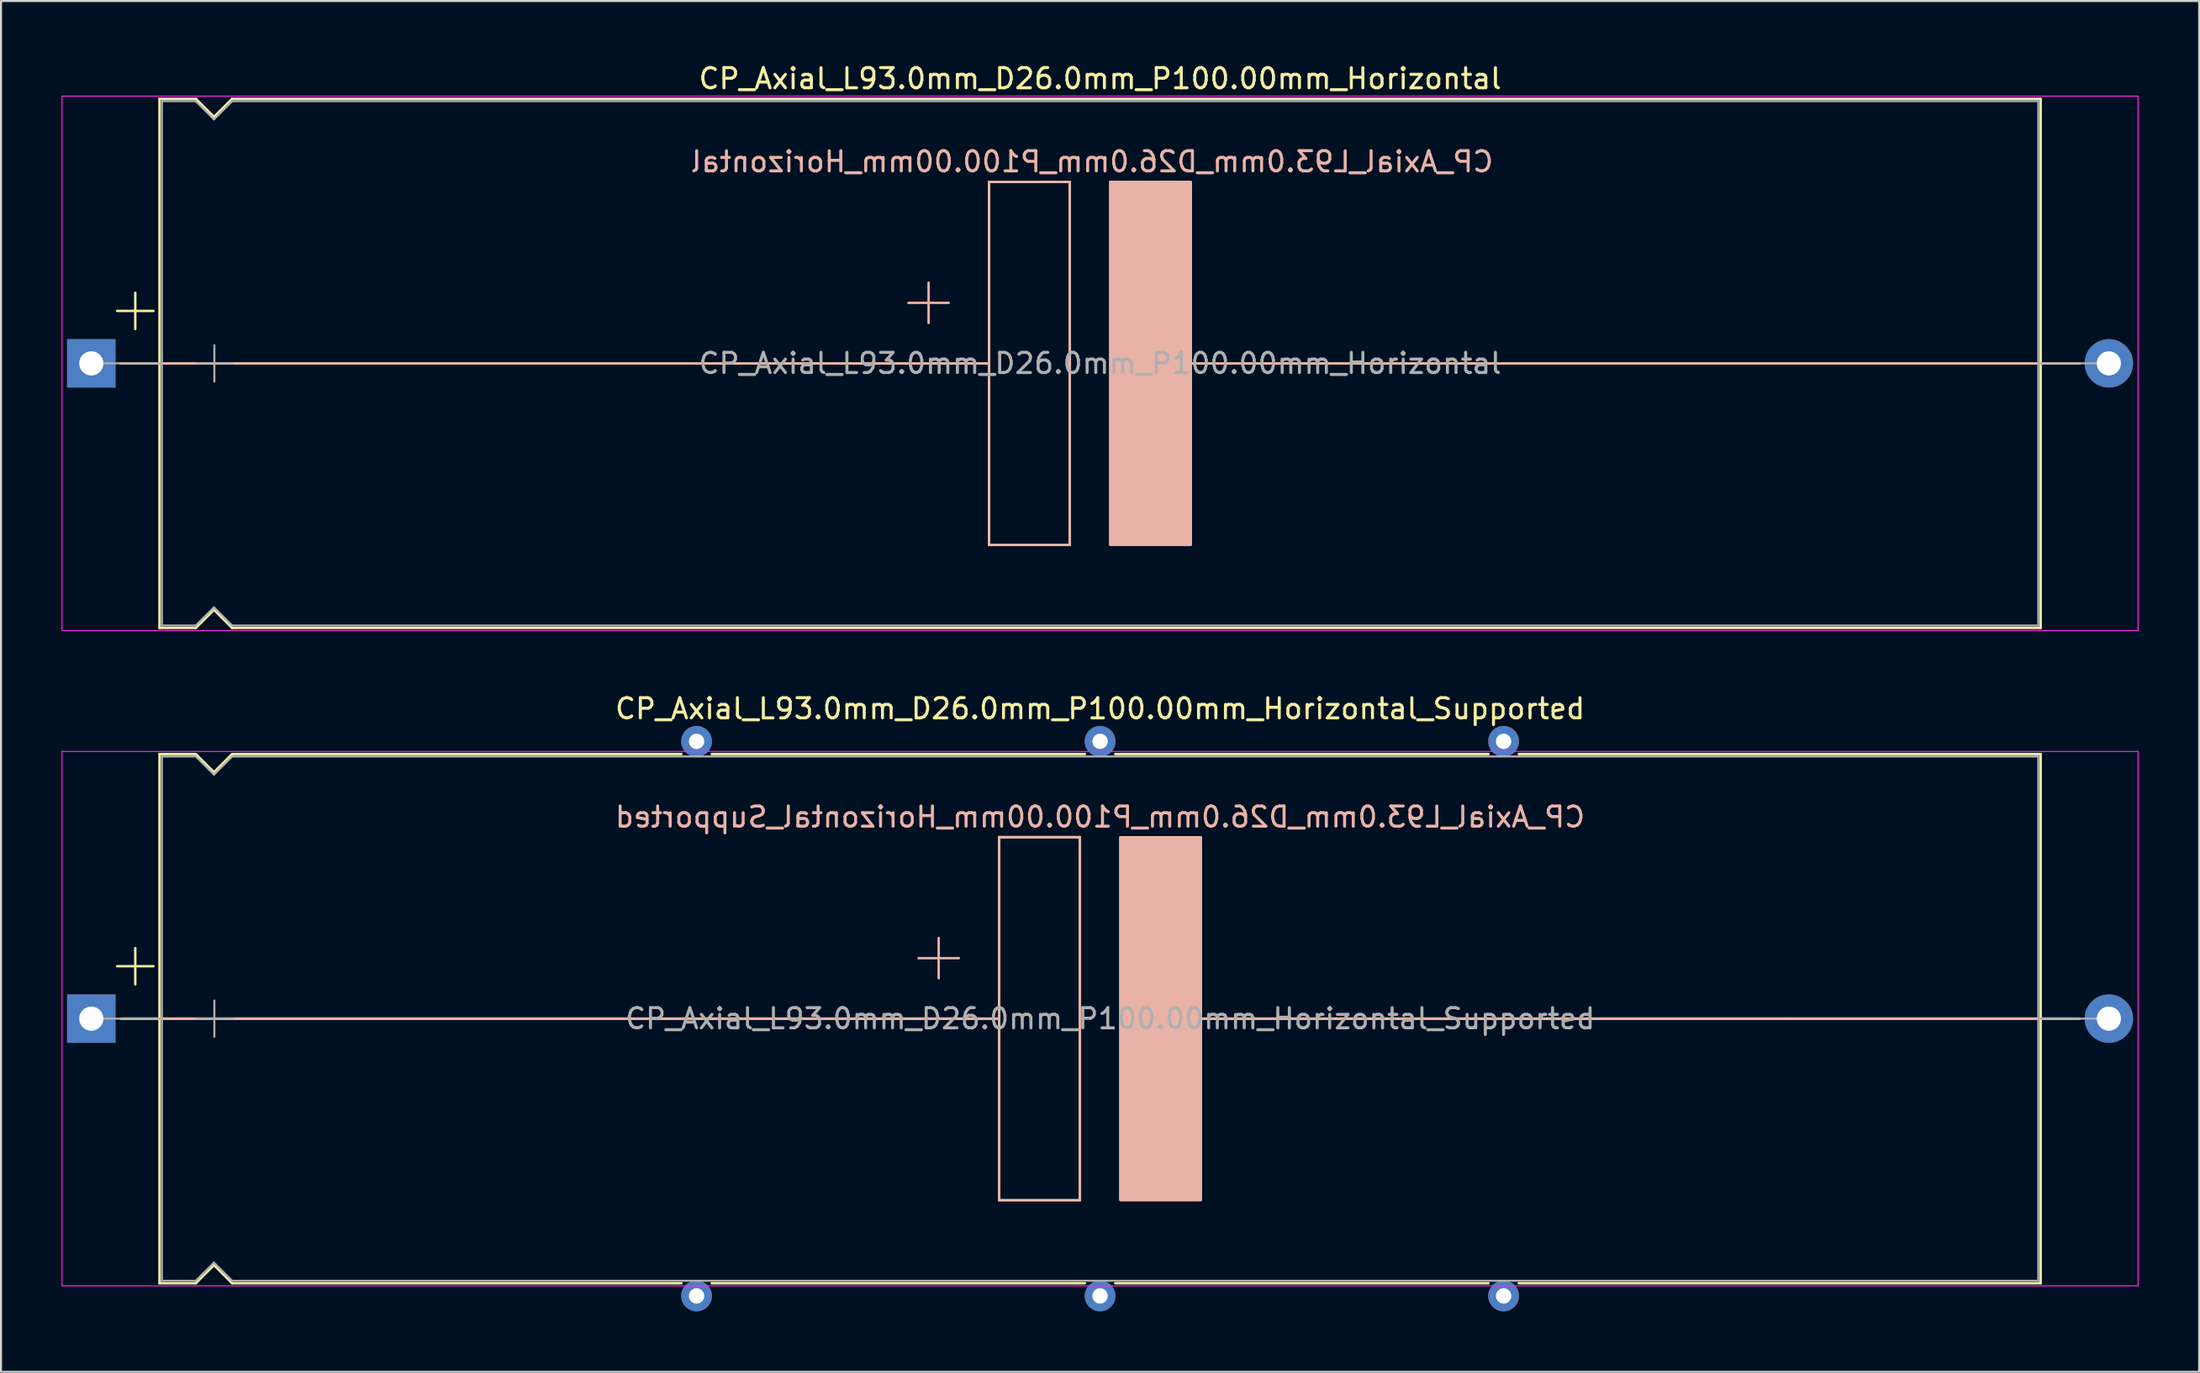
<source format=kicad_pcb>
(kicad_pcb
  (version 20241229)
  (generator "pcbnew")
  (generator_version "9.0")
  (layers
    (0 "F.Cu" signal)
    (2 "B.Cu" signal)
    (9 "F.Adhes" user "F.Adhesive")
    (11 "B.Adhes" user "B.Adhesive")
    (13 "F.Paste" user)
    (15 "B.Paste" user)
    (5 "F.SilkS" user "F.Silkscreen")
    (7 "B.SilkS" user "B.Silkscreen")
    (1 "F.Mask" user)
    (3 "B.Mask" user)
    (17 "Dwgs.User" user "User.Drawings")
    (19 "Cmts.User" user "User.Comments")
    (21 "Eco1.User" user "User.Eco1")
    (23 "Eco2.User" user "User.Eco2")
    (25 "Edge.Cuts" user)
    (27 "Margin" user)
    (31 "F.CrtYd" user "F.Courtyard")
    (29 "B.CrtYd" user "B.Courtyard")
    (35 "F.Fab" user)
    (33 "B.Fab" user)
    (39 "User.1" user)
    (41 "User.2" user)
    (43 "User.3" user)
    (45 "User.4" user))
  (footprint "CP_Axial_L93.0mm_D26.0mm_P100.00mm_Horizontal_Supported"
    (layer "F.Cu")
    (at 1.475 47.462)
    (property "Reference" "CP_Axial_L93.0mm_D26.0mm_P100.00mm_Horizontal_Supported" (at 50 -15.37 0) (layer "F.SilkS") (effects (font (size 1 1) (thickness 0.15))))
    (fp_line (start 1.28 -2.6) (end 3.08 -2.6) (stroke (width 0.12) (type solid)) (layer "F.SilkS"))
    (fp_line (start 1.44 0) (end 3.38 0) (stroke (width 0.12) (type solid)) (layer "F.SilkS"))
    (fp_line (start 2.18 -3.5) (end 2.18 -1.7) (stroke (width 0.12) (type solid)) (layer "F.SilkS"))
    (fp_line (start 3.38 -13.12) (end 3.38 13.12) (stroke (width 0.12) (type solid)) (layer "F.SilkS"))
    (fp_line (start 3.38 -13.12) (end 5.18 -13.12) (stroke (width 0.12) (type solid)) (layer "F.SilkS"))
    (fp_line (start 3.38 0) (end 45 0) (stroke (width 0.12) (type solid)) (layer "F.SilkS"))
    (fp_line (start 3.38 13.12) (end 5.18 13.12) (stroke (width 0.12) (type solid)) (layer "F.SilkS"))
    (fp_line (start 5.18 -13.12) (end 6.08 -12.22) (stroke (width 0.12) (type solid)) (layer "F.SilkS"))
    (fp_line (start 5.18 13.12) (end 6.08 12.22) (stroke (width 0.12) (type solid)) (layer "F.SilkS"))
    (fp_line (start 6.08 -12.22) (end 6.98 -13.12) (stroke (width 0.12) (type solid)) (layer "F.SilkS"))
    (fp_line (start 6.08 12.22) (end 6.98 13.12) (stroke (width 0.12) (type solid)) (layer "F.SilkS"))
    (fp_line (start 6.98 -13.12) (end 29.25 -13.12) (stroke (width 0.12) (type solid)) (layer "F.SilkS"))
    (fp_line (start 6.98 13.12) (end 29.25 13.12) (stroke (width 0.12) (type solid)) (layer "F.SilkS"))
    (fp_line (start 30.75 -13.12) (end 49.25 -13.12) (stroke (width 0.12) (type solid)) (layer "F.SilkS"))
    (fp_line (start 30.75 13.12) (end 49.25 13.12) (stroke (width 0.12) (type solid)) (layer "F.SilkS"))
    (fp_line (start 45 -9) (end 49 -9) (stroke (width 0.12) (type solid)) (layer "F.SilkS"))
    (fp_line (start 45 9) (end 45 -9) (stroke (width 0.12) (type solid)) (layer "F.SilkS"))
    (fp_line (start 49 -9) (end 49 9) (stroke (width 0.12) (type solid)) (layer "F.SilkS"))
    (fp_line (start 49 9) (end 45 9) (stroke (width 0.12) (type solid)) (layer "F.SilkS"))
    (fp_line (start 50.75 -13.12) (end 69.25 -13.12) (stroke (width 0.12) (type solid)) (layer "F.SilkS"))
    (fp_line (start 50.75 13.12) (end 69.25 13.12) (stroke (width 0.12) (type solid)) (layer "F.SilkS"))
    (fp_line (start 54.5 0) (end 96.62 0) (stroke (width 0.12) (type solid)) (layer "F.SilkS"))
    (fp_line (start 70.75 -13.12) (end 96.62 -13.12) (stroke (width 0.12) (type solid)) (layer "F.SilkS"))
    (fp_line (start 70.75 13.12) (end 96.62 13.12) (stroke (width 0.12) (type solid)) (layer "F.SilkS"))
    (fp_line (start 96.62 -13.12) (end 96.62 13.12) (stroke (width 0.12) (type solid)) (layer "F.SilkS"))
    (fp_line (start 98.56 0) (end 96.62 0) (stroke (width 0.12) (type solid)) (layer "F.SilkS"))
    (fp_poly (pts (xy 55 9) (xy 51 9) (xy 51 -9) (xy 55 -9)) (stroke (width 0.1) (type solid)) (fill yes) (layer "F.SilkS"))
    (fp_line (start 1.5 0) (end 16.88 0) (stroke (width 0.12) (type solid)) (layer "B.SilkS"))
    (fp_line (start 16.88 0) (end 45 0) (stroke (width 0.12) (type solid)) (layer "B.SilkS"))
    (fp_line (start 42 -2) (end 42 -4) (stroke (width 0.12) (type solid)) (layer "B.SilkS"))
    (fp_line (start 43 -3) (end 41 -3) (stroke (width 0.12) (type solid)) (layer "B.SilkS"))
    (fp_line (start 45 -9) (end 49 -9) (stroke (width 0.12) (type solid)) (layer "B.SilkS"))
    (fp_line (start 45 9) (end 45 -9) (stroke (width 0.12) (type solid)) (layer "B.SilkS"))
    (fp_line (start 49 -9) (end 49 9) (stroke (width 0.12) (type solid)) (layer "B.SilkS"))
    (fp_line (start 49 9) (end 45 9) (stroke (width 0.12) (type solid)) (layer "B.SilkS"))
    (fp_line (start 55 0) (end 84.12 0) (stroke (width 0.12) (type solid)) (layer "B.SilkS"))
    (fp_line (start 98.5 0) (end 84.12 0) (stroke (width 0.12) (type solid)) (layer "B.SilkS"))
    (fp_poly (pts (xy 55 9) (xy 51 9) (xy 51 -9) (xy 55 -9)) (stroke (width 0.1) (type solid)) (fill yes) (layer "B.SilkS"))
    (fp_line (start -1.45 -13.25) (end -1.45 13.25) (stroke (width 0.05) (type solid)) (layer "F.CrtYd"))
    (fp_line (start -1.45 13.25) (end 101.45 13.25) (stroke (width 0.05) (type solid)) (layer "F.CrtYd"))
    (fp_line (start 101.45 -13.25) (end -1.45 -13.25) (stroke (width 0.05) (type solid)) (layer "F.CrtYd"))
    (fp_line (start 101.45 13.25) (end 101.45 -13.25) (stroke (width 0.05) (type solid)) (layer "F.CrtYd"))
    (fp_line (start 0 0) (end 3.5 0) (stroke (width 0.1) (type solid)) (layer "F.Fab"))
    (fp_line (start 3.5 -13) (end 3.5 13) (stroke (width 0.1) (type solid)) (layer "F.Fab"))
    (fp_line (start 3.5 -13) (end 5.18 -13) (stroke (width 0.1) (type solid)) (layer "F.Fab"))
    (fp_line (start 3.5 13) (end 5.18 13) (stroke (width 0.1) (type solid)) (layer "F.Fab"))
    (fp_line (start 5.18 -13) (end 6.08 -12.1) (stroke (width 0.1) (type solid)) (layer "F.Fab"))
    (fp_line (start 5.18 13) (end 6.08 12.1) (stroke (width 0.1) (type solid)) (layer "F.Fab"))
    (fp_line (start 5.2 0) (end 7 0) (stroke (width 0.1) (type solid)) (layer "F.Fab"))
    (fp_line (start 6.08 -12.1) (end 6.98 -13) (stroke (width 0.1) (type solid)) (layer "F.Fab"))
    (fp_line (start 6.08 12.1) (end 6.98 13) (stroke (width 0.1) (type solid)) (layer "F.Fab"))
    (fp_line (start 6.1 -0.9) (end 6.1 0.9) (stroke (width 0.1) (type solid)) (layer "F.Fab"))
    (fp_line (start 6.98 -13) (end 96.5 -13) (stroke (width 0.1) (type solid)) (layer "F.Fab"))
    (fp_line (start 6.98 13) (end 96.5 13) (stroke (width 0.1) (type solid)) (layer "F.Fab"))
    (fp_line (start 96.5 -13) (end 96.5 13) (stroke (width 0.1) (type solid)) (layer "F.Fab"))
    (fp_line (start 100 0) (end 96.5 0) (stroke (width 0.1) (type solid)) (layer "F.Fab"))
    (fp_text user "${REFERENCE}" (at 50 -10 0) (layer "B.SilkS") (effects (font (size 1 1) (thickness 0.15)) (justify mirror)))
    (fp_text user "${REFERENCE}" (at 50.5 0 0) (layer "F.Fab") (effects (font (size 1 1) (thickness 0.15))))
    (pad "" thru_hole circle (at 30 -13.75) (size 1.524 1.524) (drill 0.762) (layers "*.Cu" "*.Mask"))
    (pad "" thru_hole circle (at 30 13.75) (size 1.524 1.524) (drill 0.762) (layers "*.Cu" "*.Mask"))
    (pad "" thru_hole circle (at 50 -13.75) (size 1.524 1.524) (drill 0.762) (layers "*.Cu" "*.Mask"))
    (pad "" thru_hole circle (at 50 13.75) (size 1.524 1.524) (drill 0.762) (layers "*.Cu" "*.Mask"))
    (pad "" thru_hole circle (at 70 -13.75) (size 1.524 1.524) (drill 0.762) (layers "*.Cu" "*.Mask"))
    (pad "" thru_hole circle (at 70 13.75) (size 1.524 1.524) (drill 0.762) (layers "*.Cu" "*.Mask"))
    (pad "1" thru_hole rect (at 0 0) (size 2.4 2.4) (drill 1.2) (layers "*.Cu" "*.Mask"))
    (pad "2" thru_hole oval (at 100 0) (size 2.4 2.4) (drill 1.2) (layers "*.Cu" "*.Mask")))
  (footprint "CP_Axial_L93.0mm_D26.0mm_P100.00mm_Horizontal"
    (layer "F.Cu")
    (at 1.475 14.968)
    (property "Reference" "CP_Axial_L93.0mm_D26.0mm_P100.00mm_Horizontal" (at 50 -14.12 0) (layer "F.SilkS") (effects (font (size 1 1) (thickness 0.15))))
    (fp_line (start 1.28 -2.6) (end 3.08 -2.6) (stroke (width 0.12) (type solid)) (layer "F.SilkS"))
    (fp_line (start 1.44 0) (end 3.38 0) (stroke (width 0.12) (type solid)) (layer "F.SilkS"))
    (fp_line (start 2.18 -3.5) (end 2.18 -1.7) (stroke (width 0.12) (type solid)) (layer "F.SilkS"))
    (fp_line (start 3.38 -13.12) (end 3.38 13.12) (stroke (width 0.12) (type solid)) (layer "F.SilkS"))
    (fp_line (start 3.38 -13.12) (end 5.18 -13.12) (stroke (width 0.12) (type solid)) (layer "F.SilkS"))
    (fp_line (start 3.38 0) (end 44.5 0) (stroke (width 0.12) (type solid)) (layer "F.SilkS"))
    (fp_line (start 3.38 13.12) (end 5.18 13.12) (stroke (width 0.12) (type solid)) (layer "F.SilkS"))
    (fp_line (start 5.18 -13.12) (end 6.08 -12.22) (stroke (width 0.12) (type solid)) (layer "F.SilkS"))
    (fp_line (start 5.18 13.12) (end 6.08 12.22) (stroke (width 0.12) (type solid)) (layer "F.SilkS"))
    (fp_line (start 6.08 -12.22) (end 6.98 -13.12) (stroke (width 0.12) (type solid)) (layer "F.SilkS"))
    (fp_line (start 6.08 12.22) (end 6.98 13.12) (stroke (width 0.12) (type solid)) (layer "F.SilkS"))
    (fp_line (start 6.98 -13.12) (end 96.62 -13.12) (stroke (width 0.12) (type solid)) (layer "F.SilkS"))
    (fp_line (start 6.98 13.12) (end 96.62 13.12) (stroke (width 0.12) (type solid)) (layer "F.SilkS"))
    (fp_line (start 44.5 -9) (end 48.5 -9) (stroke (width 0.12) (type solid)) (layer "F.SilkS"))
    (fp_line (start 44.5 9) (end 44.5 -9) (stroke (width 0.12) (type solid)) (layer "F.SilkS"))
    (fp_line (start 48.5 -9) (end 48.5 9) (stroke (width 0.12) (type solid)) (layer "F.SilkS"))
    (fp_line (start 48.5 9) (end 44.5 9) (stroke (width 0.12) (type solid)) (layer "F.SilkS"))
    (fp_line (start 54.5 0) (end 96.62 0) (stroke (width 0.12) (type solid)) (layer "F.SilkS"))
    (fp_line (start 96.62 -13.12) (end 96.62 13.12) (stroke (width 0.12) (type solid)) (layer "F.SilkS"))
    (fp_line (start 98.56 0) (end 96.62 0) (stroke (width 0.12) (type solid)) (layer "F.SilkS"))
    (fp_poly (pts (xy 54.5 9) (xy 50.5 9) (xy 50.5 -9) (xy 54.5 -9)) (stroke (width 0.1) (type solid)) (fill yes) (layer "F.SilkS"))
    (fp_line (start 1.5 0) (end 16.38 0) (stroke (width 0.12) (type solid)) (layer "B.SilkS"))
    (fp_line (start 16.38 0) (end 44.5 0) (stroke (width 0.12) (type solid)) (layer "B.SilkS"))
    (fp_line (start 41.5 -2) (end 41.5 -4) (stroke (width 0.12) (type solid)) (layer "B.SilkS"))
    (fp_line (start 42.5 -3) (end 40.5 -3) (stroke (width 0.12) (type solid)) (layer "B.SilkS"))
    (fp_line (start 44.5 -9) (end 48.5 -9) (stroke (width 0.12) (type solid)) (layer "B.SilkS"))
    (fp_line (start 44.5 9) (end 44.5 -9) (stroke (width 0.12) (type solid)) (layer "B.SilkS"))
    (fp_line (start 48.5 -9) (end 48.5 9) (stroke (width 0.12) (type solid)) (layer "B.SilkS"))
    (fp_line (start 48.5 9) (end 44.5 9) (stroke (width 0.12) (type solid)) (layer "B.SilkS"))
    (fp_line (start 54.5 0) (end 83.62 0) (stroke (width 0.12) (type solid)) (layer "B.SilkS"))
    (fp_line (start 98.5 0) (end 83.62 0) (stroke (width 0.12) (type solid)) (layer "B.SilkS"))
    (fp_poly (pts (xy 54.5 9) (xy 50.5 9) (xy 50.5 -9) (xy 54.5 -9)) (stroke (width 0.1) (type solid)) (fill yes) (layer "B.SilkS"))
    (fp_line (start -1.45 -13.25) (end -1.45 13.25) (stroke (width 0.05) (type solid)) (layer "F.CrtYd"))
    (fp_line (start -1.45 13.25) (end 101.45 13.25) (stroke (width 0.05) (type solid)) (layer "F.CrtYd"))
    (fp_line (start 101.45 -13.25) (end -1.45 -13.25) (stroke (width 0.05) (type solid)) (layer "F.CrtYd"))
    (fp_line (start 101.45 13.25) (end 101.45 -13.25) (stroke (width 0.05) (type solid)) (layer "F.CrtYd"))
    (fp_line (start 0 0) (end 3.5 0) (stroke (width 0.1) (type solid)) (layer "F.Fab"))
    (fp_line (start 3.5 -13) (end 3.5 13) (stroke (width 0.1) (type solid)) (layer "F.Fab"))
    (fp_line (start 3.5 -13) (end 5.18 -13) (stroke (width 0.1) (type solid)) (layer "F.Fab"))
    (fp_line (start 3.5 13) (end 5.18 13) (stroke (width 0.1) (type solid)) (layer "F.Fab"))
    (fp_line (start 5.18 -13) (end 6.08 -12.1) (stroke (width 0.1) (type solid)) (layer "F.Fab"))
    (fp_line (start 5.18 13) (end 6.08 12.1) (stroke (width 0.1) (type solid)) (layer "F.Fab"))
    (fp_line (start 5.2 0) (end 7 0) (stroke (width 0.1) (type solid)) (layer "F.Fab"))
    (fp_line (start 6.08 -12.1) (end 6.98 -13) (stroke (width 0.1) (type solid)) (layer "F.Fab"))
    (fp_line (start 6.08 12.1) (end 6.98 13) (stroke (width 0.1) (type solid)) (layer "F.Fab"))
    (fp_line (start 6.1 -0.9) (end 6.1 0.9) (stroke (width 0.1) (type solid)) (layer "F.Fab"))
    (fp_line (start 6.98 -13) (end 96.5 -13) (stroke (width 0.1) (type solid)) (layer "F.Fab"))
    (fp_line (start 6.98 13) (end 96.5 13) (stroke (width 0.1) (type solid)) (layer "F.Fab"))
    (fp_line (start 96.5 -13) (end 96.5 13) (stroke (width 0.1) (type solid)) (layer "F.Fab"))
    (fp_line (start 100 0) (end 96.5 0) (stroke (width 0.1) (type solid)) (layer "F.Fab"))
    (fp_text user "${REFERENCE}" (at 49.6 -10 0) (layer "B.SilkS") (effects (font (size 1 1) (thickness 0.15)) (justify mirror)))
    (fp_text user "${REFERENCE}" (at 50 0 0) (layer "F.Fab") (effects (font (size 1 1) (thickness 0.15))))
    (pad "1" thru_hole rect (at 0 0) (size 2.4 2.4) (drill 1.2) (layers "*.Cu" "*.Mask"))
    (pad "2" thru_hole oval (at 100 0) (size 2.4 2.4) (drill 1.2) (layers "*.Cu" "*.Mask")))
  (gr_rect
    (start -3 -3)
    (end 105.95 64.974)
    (stroke (width 0.1) (type default))
    (fill no)
    (layer "Edge.Cuts")))
</source>
